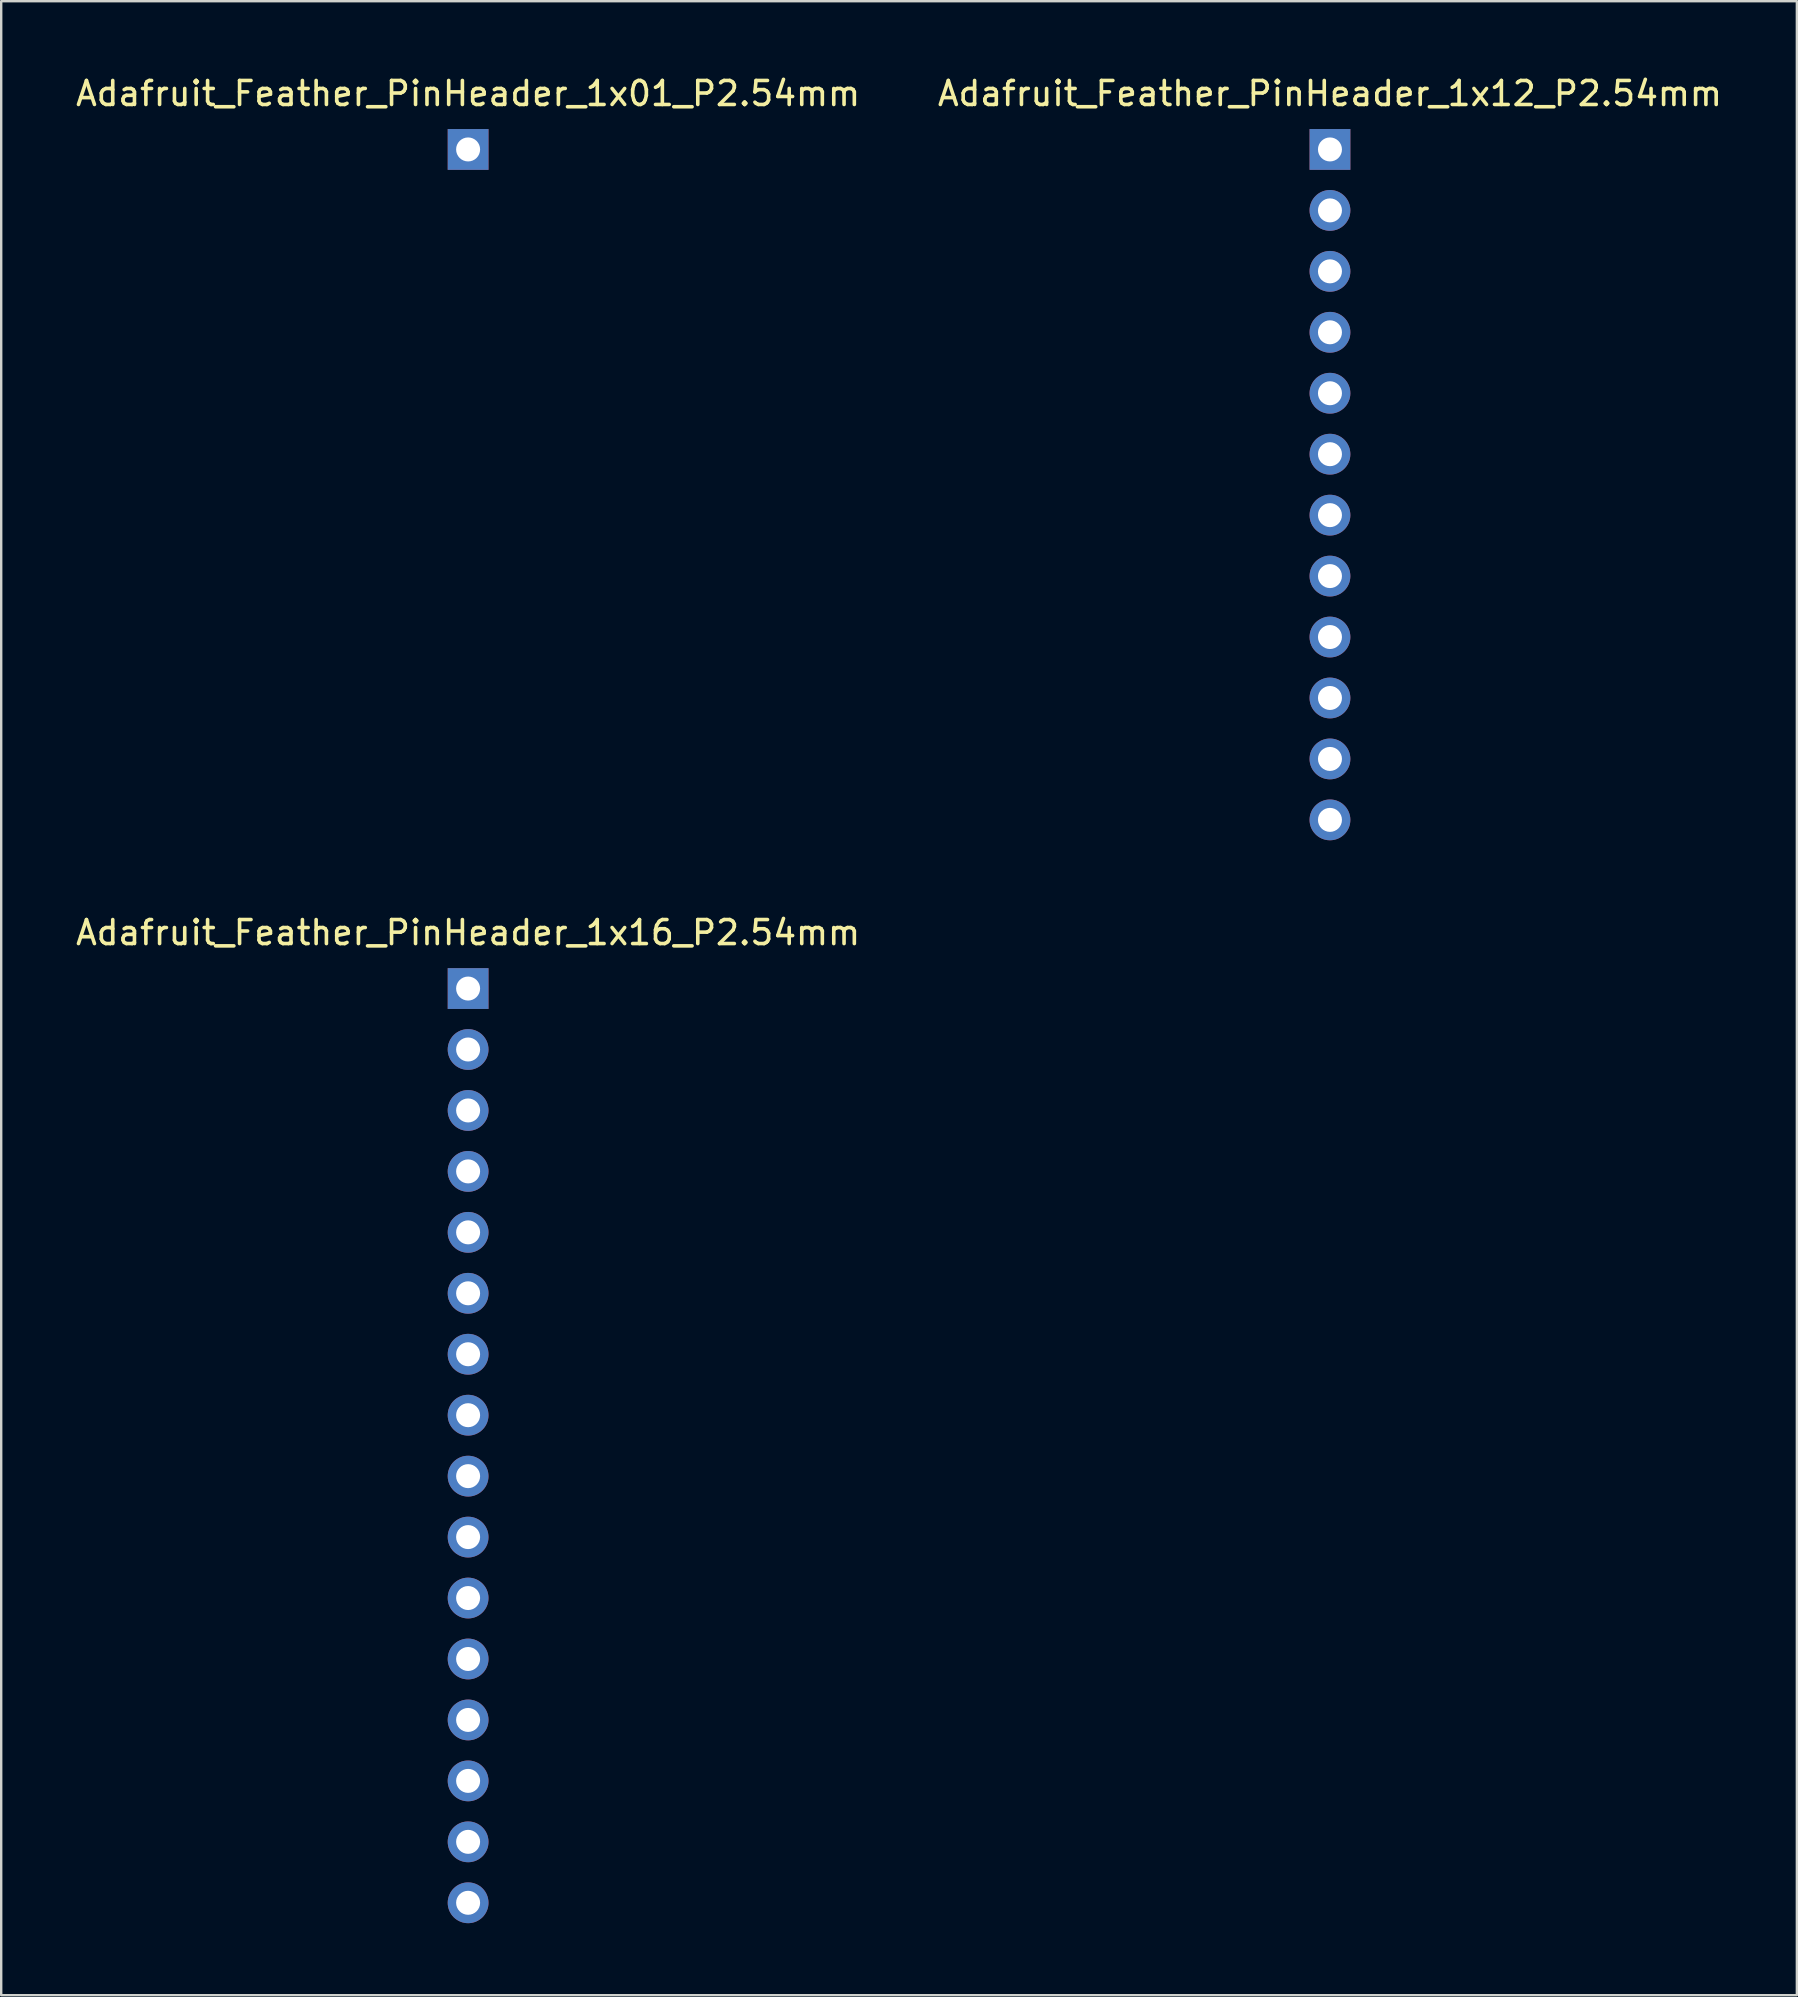
<source format=kicad_pcb>
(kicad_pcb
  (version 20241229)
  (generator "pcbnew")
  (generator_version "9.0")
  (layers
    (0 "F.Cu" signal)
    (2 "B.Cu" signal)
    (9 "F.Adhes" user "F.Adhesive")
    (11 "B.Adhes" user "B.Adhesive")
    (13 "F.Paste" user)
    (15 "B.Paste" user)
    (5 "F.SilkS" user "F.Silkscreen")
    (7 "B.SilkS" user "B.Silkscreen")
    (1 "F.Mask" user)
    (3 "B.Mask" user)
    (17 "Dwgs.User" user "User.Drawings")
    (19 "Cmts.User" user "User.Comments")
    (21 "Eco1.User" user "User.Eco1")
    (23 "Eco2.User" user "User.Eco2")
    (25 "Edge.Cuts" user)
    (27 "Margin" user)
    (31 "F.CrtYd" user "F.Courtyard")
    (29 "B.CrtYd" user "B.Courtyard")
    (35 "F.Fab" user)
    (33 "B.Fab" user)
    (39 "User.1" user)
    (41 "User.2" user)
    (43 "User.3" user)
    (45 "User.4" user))
  (footprint "Adafruit_Feather_PinHeader_1x12_P2.54mm"
    (layer "F.Cu")
    (at 52.375 3.178)
    (property "Reference" "Adafruit_Feather_PinHeader_1x12_P2.54mm" (at 0 -2.33 0) (layer "F.SilkS") (effects (font (size 1 1) (thickness 0.15))))
    (attr through_hole)
    (pad "1" thru_hole rect (at 0 0) (size 1.7 1.7) (drill 1) (layers "*.Cu" "*.Mask"))
    (pad "2" thru_hole oval (at 0 2.54) (size 1.7 1.7) (drill 1) (layers "*.Cu" "*.Mask"))
    (pad "3" thru_hole oval (at 0 5.08) (size 1.7 1.7) (drill 1) (layers "*.Cu" "*.Mask"))
    (pad "4" thru_hole oval (at 0 7.62) (size 1.7 1.7) (drill 1) (layers "*.Cu" "*.Mask"))
    (pad "5" thru_hole oval (at 0 10.16) (size 1.7 1.7) (drill 1) (layers "*.Cu" "*.Mask"))
    (pad "6" thru_hole oval (at 0 12.7) (size 1.7 1.7) (drill 1) (layers "*.Cu" "*.Mask"))
    (pad "7" thru_hole oval (at 0 15.24) (size 1.7 1.7) (drill 1) (layers "*.Cu" "*.Mask"))
    (pad "8" thru_hole oval (at 0 17.78) (size 1.7 1.7) (drill 1) (layers "*.Cu" "*.Mask"))
    (pad "9" thru_hole oval (at 0 20.32) (size 1.7 1.7) (drill 1) (layers "*.Cu" "*.Mask"))
    (pad "10" thru_hole oval (at 0 22.86) (size 1.7 1.7) (drill 1) (layers "*.Cu" "*.Mask"))
    (pad "11" thru_hole oval (at 0 25.4) (size 1.7 1.7) (drill 1) (layers "*.Cu" "*.Mask"))
    (pad "12" thru_hole oval (at 0 27.94) (size 1.7 1.7) (drill 1) (layers "*.Cu" "*.Mask")))
  (footprint "Adafruit_Feather_PinHeader_1x16_P2.54mm"
    (layer "F.Cu")
    (at 16.458 38.147)
    (property "Reference" "Adafruit_Feather_PinHeader_1x16_P2.54mm" (at 0 -2.33 0) (layer "F.SilkS") (effects (font (size 1 1) (thickness 0.15))))
    (attr through_hole)
    (pad "1" thru_hole rect (at 0 0) (size 1.7 1.7) (drill 1) (layers "*.Cu" "*.Mask"))
    (pad "2" thru_hole oval (at 0 2.54) (size 1.7 1.7) (drill 1) (layers "*.Cu" "*.Mask"))
    (pad "3" thru_hole oval (at 0 5.08) (size 1.7 1.7) (drill 1) (layers "*.Cu" "*.Mask"))
    (pad "4" thru_hole oval (at 0 7.62) (size 1.7 1.7) (drill 1) (layers "*.Cu" "*.Mask"))
    (pad "5" thru_hole oval (at 0 10.16) (size 1.7 1.7) (drill 1) (layers "*.Cu" "*.Mask"))
    (pad "6" thru_hole oval (at 0 12.7) (size 1.7 1.7) (drill 1) (layers "*.Cu" "*.Mask"))
    (pad "7" thru_hole oval (at 0 15.24) (size 1.7 1.7) (drill 1) (layers "*.Cu" "*.Mask"))
    (pad "8" thru_hole oval (at 0 17.78) (size 1.7 1.7) (drill 1) (layers "*.Cu" "*.Mask"))
    (pad "9" thru_hole oval (at 0 20.32) (size 1.7 1.7) (drill 1) (layers "*.Cu" "*.Mask"))
    (pad "10" thru_hole oval (at 0 22.86) (size 1.7 1.7) (drill 1) (layers "*.Cu" "*.Mask"))
    (pad "11" thru_hole oval (at 0 25.4) (size 1.7 1.7) (drill 1) (layers "*.Cu" "*.Mask"))
    (pad "12" thru_hole oval (at 0 27.94) (size 1.7 1.7) (drill 1) (layers "*.Cu" "*.Mask"))
    (pad "13" thru_hole oval (at 0 30.48) (size 1.7 1.7) (drill 1) (layers "*.Cu" "*.Mask"))
    (pad "14" thru_hole oval (at 0 33.02) (size 1.7 1.7) (drill 1) (layers "*.Cu" "*.Mask"))
    (pad "15" thru_hole oval (at 0 35.56) (size 1.7 1.7) (drill 1) (layers "*.Cu" "*.Mask"))
    (pad "16" thru_hole oval (at 0 38.1) (size 1.7 1.7) (drill 1) (layers "*.Cu" "*.Mask")))
  (footprint "Adafruit_Feather_PinHeader_1x01_P2.54mm"
    (layer "F.Cu")
    (at 16.458 3.178)
    (property "Reference" "Adafruit_Feather_PinHeader_1x01_P2.54mm" (at 0 -2.33 0) (layer "F.SilkS") (effects (font (size 1 1) (thickness 0.15))))
    (attr through_hole)
    (pad "1" thru_hole rect (at 0 0) (size 1.7 1.7) (drill 1) (layers "*.Cu" "*.Mask")))
  (gr_rect
    (start -3 -3)
    (end 71.833 80.097)
    (stroke (width 0.1) (type default))
    (fill no)
    (layer "Edge.Cuts")))
</source>
